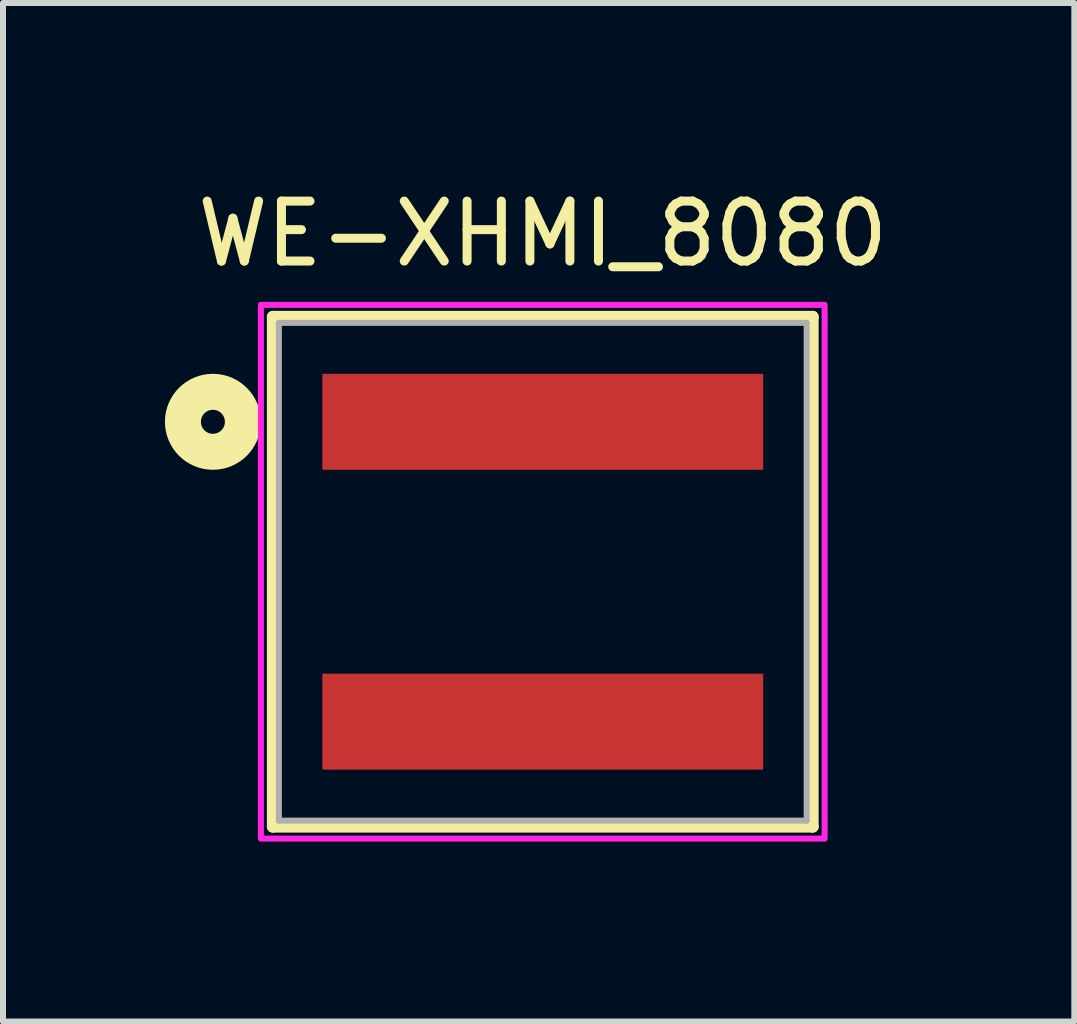
<source format=kicad_pcb>
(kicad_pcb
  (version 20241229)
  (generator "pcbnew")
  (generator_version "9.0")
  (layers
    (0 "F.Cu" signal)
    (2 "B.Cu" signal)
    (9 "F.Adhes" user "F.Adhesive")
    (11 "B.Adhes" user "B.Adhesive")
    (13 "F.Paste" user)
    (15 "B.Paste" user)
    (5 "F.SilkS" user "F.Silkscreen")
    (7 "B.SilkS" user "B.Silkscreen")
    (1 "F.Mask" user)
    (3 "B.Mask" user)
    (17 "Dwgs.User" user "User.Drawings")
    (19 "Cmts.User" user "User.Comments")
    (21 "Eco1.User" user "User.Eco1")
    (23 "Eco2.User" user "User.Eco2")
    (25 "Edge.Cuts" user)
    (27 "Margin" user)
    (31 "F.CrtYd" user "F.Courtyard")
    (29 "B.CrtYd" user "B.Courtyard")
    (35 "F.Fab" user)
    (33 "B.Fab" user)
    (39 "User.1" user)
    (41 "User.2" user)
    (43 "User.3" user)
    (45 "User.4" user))
  (footprint "WE-XHMI_8080"
    (layer "F.Cu")
    (at 6 6.483)
    (property "Reference" "WE-XHMI_8080" (at 0 -5.635 0) (layer "F.SilkS") (effects (font (size 1 1) (thickness 0.15))))
    (attr smd)
    (fp_line (start -4.5 -4.25) (end 4.5 -4.25) (stroke (width 0.2) (type solid)) (layer "F.SilkS"))
    (fp_line (start -4.5 4.25) (end -4.5 -4.25) (stroke (width 0.2) (type solid)) (layer "F.SilkS"))
    (fp_line (start 4.5 -4.25) (end 4.5 4.25) (stroke (width 0.2) (type solid)) (layer "F.SilkS"))
    (fp_line (start 4.5 4.25) (end -4.5 4.25) (stroke (width 0.2) (type solid)) (layer "F.SilkS"))
    (fp_circle (center -5.5 -2.5) (end -5.3 -2.5) (stroke (width 0.6) (type solid)) (fill no) (layer "F.SilkS"))
    (fp_poly (pts (xy -4.7 -4.45) (xy 4.7 -4.45) (xy 4.7 4.45) (xy -4.7 4.45)) (stroke (width 0.1) (type solid)) (fill no) (layer "F.CrtYd"))
    (fp_line (start -4.4 -4.15) (end 4.4 -4.15) (stroke (width 0.1) (type solid)) (layer "F.Fab"))
    (fp_line (start -4.4 4.15) (end -4.4 -4.15) (stroke (width 0.1) (type solid)) (layer "F.Fab"))
    (fp_line (start 4.4 -4.15) (end 4.4 4.15) (stroke (width 0.1) (type solid)) (layer "F.Fab"))
    (fp_line (start 4.4 4.15) (end -4.4 4.15) (stroke (width 0.1) (type solid)) (layer "F.Fab"))
    (pad "1" smd rect (at 0 -2.5) (size 7.35 1.6) (layers "F.Cu" "F.Mask" "F.Paste"))
    (pad "2" smd rect (at 0 2.5) (size 7.35 1.6) (layers "F.Cu" "F.Mask" "F.Paste"))
    (zone (net_name "") (layer "F.Cu") (hatch full 0.508) (connect_pads) (min_thickness 0.1) (filled_areas_thickness no) (keepout (tracks not_allowed) (vias not_allowed) (pads not_allowed) (copperpour not_allowed) (footprints allowed)) (placement (enabled no)) (fill) (polygon (pts (xy 1.7 4.833) (xy 10.3 4.833) (xy 10.3 8.133) (xy 1.7 8.133))))
    (zone (net_name "") (layers "F.Cu" "B.Cu") (hatch full 0.508) (connect_pads) (min_thickness 0.1) (filled_areas_thickness no) (keepout (tracks allowed) (vias not_allowed) (pads allowed) (copperpour allowed) (footprints allowed)) (placement (enabled no)) (fill) (polygon (pts (xy 1.7 4.833) (xy 10.3 4.833) (xy 10.3 8.133) (xy 1.7 8.133)))))
  (gr_rect
    (start -3 -3)
    (end 14.863 13.983)
    (stroke (width 0.1) (type default))
    (fill no)
    (layer "Edge.Cuts")))
</source>
